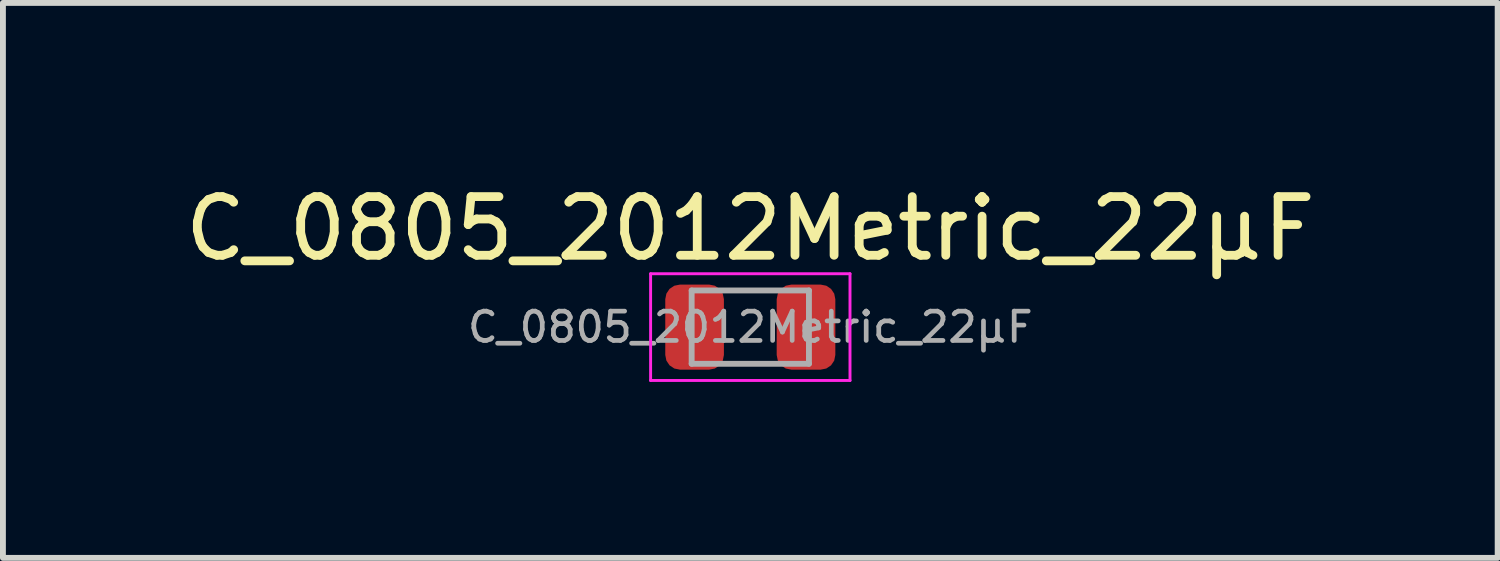
<source format=kicad_pcb>
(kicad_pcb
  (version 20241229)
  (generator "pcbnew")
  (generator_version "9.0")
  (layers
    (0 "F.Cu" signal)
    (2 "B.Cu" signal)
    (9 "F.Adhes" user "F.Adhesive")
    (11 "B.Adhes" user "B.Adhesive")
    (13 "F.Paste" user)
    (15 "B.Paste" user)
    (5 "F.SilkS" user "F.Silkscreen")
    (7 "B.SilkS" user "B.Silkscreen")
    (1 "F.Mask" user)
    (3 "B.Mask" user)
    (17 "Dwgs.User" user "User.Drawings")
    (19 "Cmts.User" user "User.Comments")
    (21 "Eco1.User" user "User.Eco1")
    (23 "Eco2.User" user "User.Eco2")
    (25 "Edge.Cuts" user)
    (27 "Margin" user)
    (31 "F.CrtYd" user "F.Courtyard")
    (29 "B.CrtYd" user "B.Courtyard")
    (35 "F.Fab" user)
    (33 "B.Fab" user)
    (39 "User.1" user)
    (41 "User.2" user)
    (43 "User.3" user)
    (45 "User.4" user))
  (footprint "C_0805_2012Metric_22µF"
    (layer "F.Cu")
    (at 9.744 2.528)
    (property "Reference" "C_0805_2012Metric_22µF" (at 0 -1.68 180) (layer "F.SilkS") (effects (font (size 1 1) (thickness 0.15))))
    (attr smd)
    (fp_line (start -1.7 -0.91) (end 1.7 -0.91) (stroke (width 0.05) (type solid)) (layer "F.CrtYd"))
    (fp_line (start -1.7 0.91) (end -1.7 -0.91) (stroke (width 0.05) (type solid)) (layer "F.CrtYd"))
    (fp_line (start 1.7 -0.91) (end 1.7 0.91) (stroke (width 0.05) (type solid)) (layer "F.CrtYd"))
    (fp_line (start 1.7 0.91) (end -1.7 0.91) (stroke (width 0.05) (type solid)) (layer "F.CrtYd"))
    (fp_line (start -1 -0.625) (end 1 -0.625) (stroke (width 0.1) (type solid)) (layer "F.Fab"))
    (fp_line (start -1 0.625) (end -1 -0.625) (stroke (width 0.1) (type solid)) (layer "F.Fab"))
    (fp_line (start 1 -0.625) (end 1 0.625) (stroke (width 0.1) (type solid)) (layer "F.Fab"))
    (fp_line (start 1 0.625) (end -1 0.625) (stroke (width 0.1) (type solid)) (layer "F.Fab"))
    (fp_text user "${REFERENCE}" (at 0 0 180) (layer "F.Fab") (effects (font (size 0.5 0.5) (thickness 0.08))))
    (pad "1" smd roundrect (at -0.95 0) (size 1 1.45) (layers "F.Cu" "F.Mask" "F.Paste") (roundrect_rratio 0.25))
    (pad "2" smd roundrect (at 0.95 0) (size 1 1.45) (layers "F.Cu" "F.Mask" "F.Paste") (roundrect_rratio 0.25)))
  (gr_rect
    (start -3 -3)
    (end 22.488 6.463)
    (stroke (width 0.1) (type default))
    (fill no)
    (layer "Edge.Cuts")))
</source>
